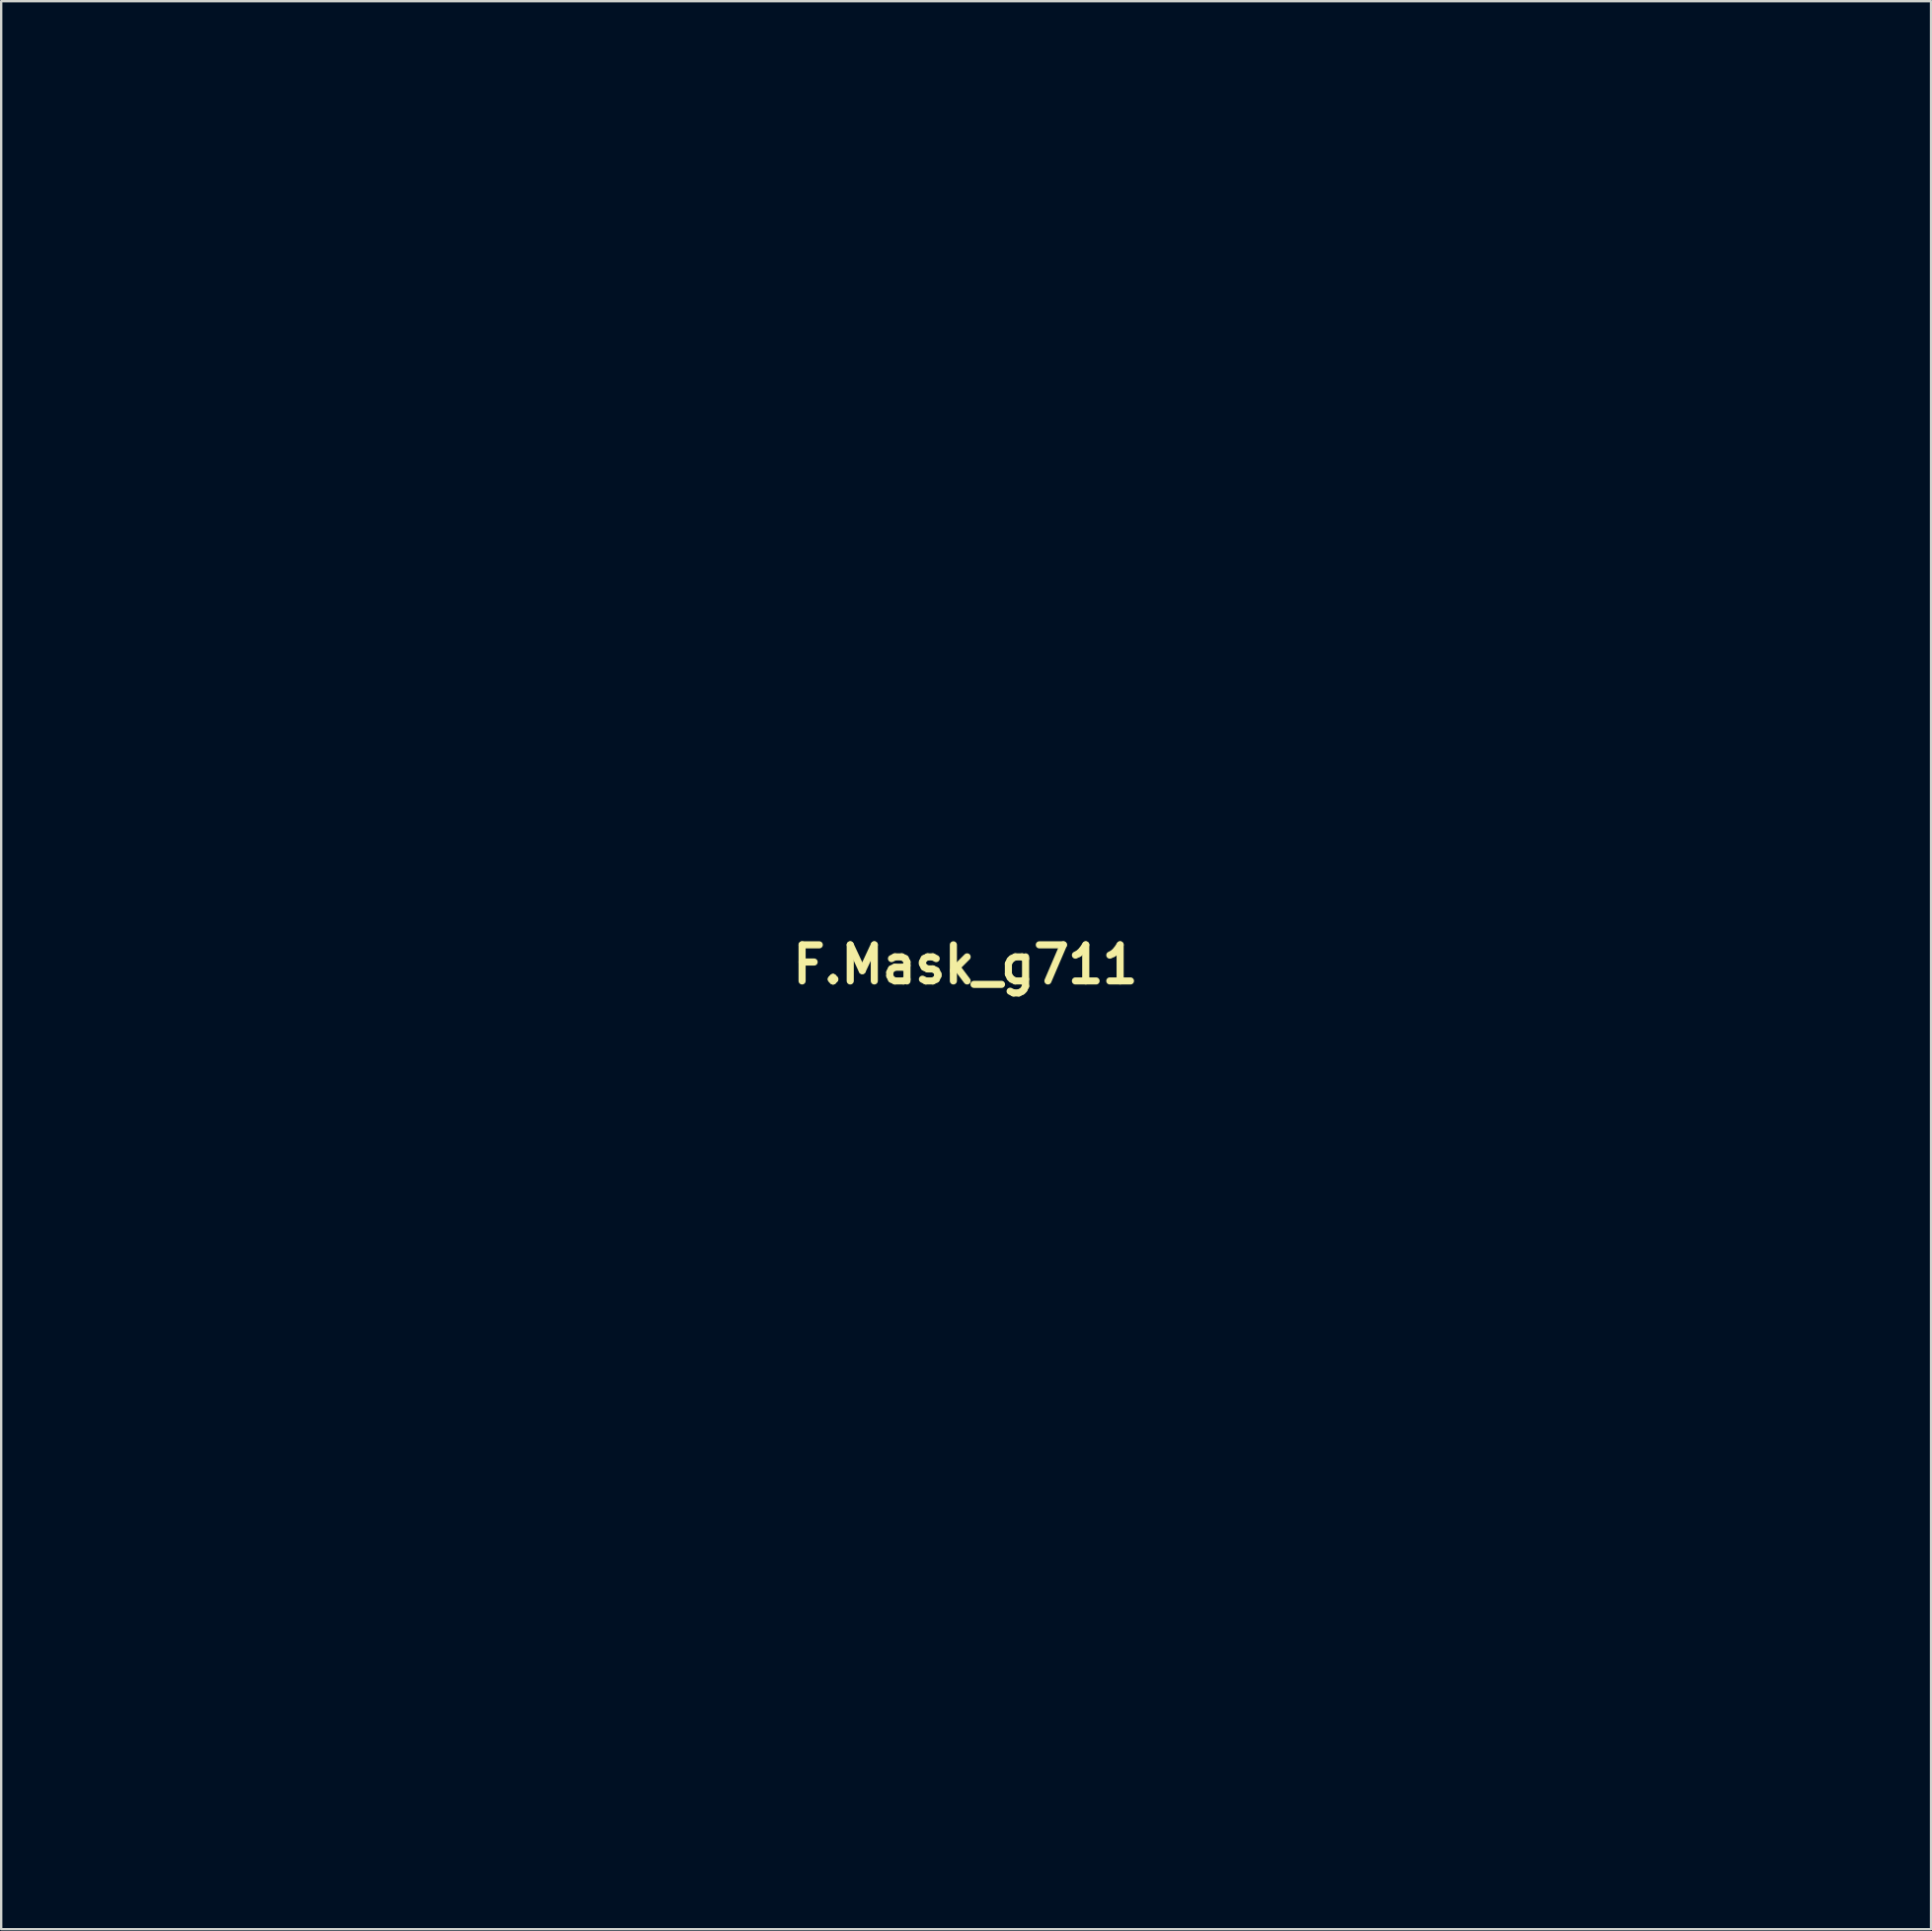
<source format=kicad_pcb>
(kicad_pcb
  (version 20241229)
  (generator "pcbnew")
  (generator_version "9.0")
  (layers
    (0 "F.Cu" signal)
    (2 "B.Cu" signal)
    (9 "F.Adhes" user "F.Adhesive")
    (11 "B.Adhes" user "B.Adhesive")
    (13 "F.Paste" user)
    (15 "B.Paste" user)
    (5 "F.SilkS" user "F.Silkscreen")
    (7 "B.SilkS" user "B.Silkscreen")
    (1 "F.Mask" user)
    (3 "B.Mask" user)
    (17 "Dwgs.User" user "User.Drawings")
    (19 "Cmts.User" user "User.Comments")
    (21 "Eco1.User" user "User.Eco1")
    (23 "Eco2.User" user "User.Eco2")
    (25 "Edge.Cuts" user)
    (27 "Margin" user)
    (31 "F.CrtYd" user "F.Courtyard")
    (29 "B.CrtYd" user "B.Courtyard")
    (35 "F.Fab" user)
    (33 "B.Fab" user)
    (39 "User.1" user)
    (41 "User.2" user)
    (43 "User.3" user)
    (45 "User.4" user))
  (footprint "F.Mask_g711"
    (layer "F.Cu")
    (at 37.705 37.671)
    (property "Reference" "F.Mask_g711" (at 0 0 0) (layer "F.SilkS") (effects (font (size 1.524 1.524) (thickness 0.3))))
    (attr through_hole)
    (fp_poly (pts (xy 34.11 -17.93) (xy 34.512 -17.876) (xy 34.91 -17.781) (xy 34.936 -17.773) (xy 35.314 -17.638) (xy 35.672 -17.467) (xy 36.008 -17.262) (xy 36.321 -17.026) (xy 36.608 -16.76) (xy 36.868 -16.468) (xy 37.099 -16.152) (xy 37.298 -15.813) (xy 37.465 -15.455) (xy 37.596 -15.08) (xy 37.69 -14.689) (xy 37.739 -14.352) (xy 37.759 -13.955) (xy 37.737 -13.556) (xy 37.676 -13.16) (xy 37.575 -12.771) (xy 37.436 -12.392) (xy 37.259 -12.029) (xy 37.228 -11.972) (xy 37.011 -11.636) (xy 36.764 -11.326) (xy 36.488 -11.044) (xy 36.187 -10.792) (xy 35.863 -10.57) (xy 35.52 -10.381) (xy 35.16 -10.226) (xy 34.787 -10.107) (xy 34.402 -10.025) (xy 34.01 -9.981) (xy 33.613 -9.977) (xy 33.38 -9.994) (xy 32.985 -10.054) (xy 32.601 -10.154) (xy 32.223 -10.295) (xy 31.983 -10.407) (xy 31.622 -10.611) (xy 31.291 -10.845) (xy 30.99 -11.109) (xy 30.719 -11.403) (xy 30.478 -11.726) (xy 30.266 -12.08) (xy 30.219 -12.172) (xy 30.052 -12.549) (xy 29.925 -12.936) (xy 29.84 -13.331) (xy 29.795 -13.731) (xy 29.791 -14.133) (xy 29.829 -14.536) (xy 29.908 -14.936) (xy 29.954 -15.102) (xy 30.074 -15.443) (xy 30.231 -15.779) (xy 30.419 -16.104) (xy 30.634 -16.411) (xy 30.871 -16.692) (xy 31.126 -16.94) (xy 31.131 -16.945) (xy 31.456 -17.2) (xy 31.8 -17.419) (xy 32.16 -17.601) (xy 32.534 -17.745) (xy 32.918 -17.85) (xy 33.311 -17.917) (xy 33.709 -17.944) (xy 34.11 -17.93)) (stroke (width 0.01) (type solid)) (fill yes) (layer "F.Mask"))
    (fp_poly (pts (xy -13.61 -37.64) (xy -13.209 -37.581) (xy -12.823 -37.481) (xy -12.451 -37.343) (xy -12.112 -37.174) (xy -11.76 -36.954) (xy -11.437 -36.703) (xy -11.144 -36.424) (xy -10.882 -36.12) (xy -10.653 -35.791) (xy -10.458 -35.441) (xy -10.299 -35.072) (xy -10.177 -34.686) (xy -10.094 -34.284) (xy -10.086 -34.232) (xy -10.067 -34.049) (xy -10.057 -33.841) (xy -10.056 -33.619) (xy -10.064 -33.396) (xy -10.08 -33.185) (xy -10.104 -32.997) (xy -10.116 -32.926) (xy -10.217 -32.53) (xy -10.354 -32.152) (xy -10.524 -31.795) (xy -10.726 -31.461) (xy -10.958 -31.15) (xy -11.217 -30.865) (xy -11.501 -30.607) (xy -11.808 -30.377) (xy -12.136 -30.178) (xy -12.482 -30.011) (xy -12.844 -29.878) (xy -13.22 -29.78) (xy -13.608 -29.719) (xy -14.005 -29.696) (xy -14.41 -29.713) (xy -14.489 -29.722) (xy -14.839 -29.78) (xy -15.195 -29.874) (xy -15.548 -30.002) (xy -15.869 -30.151) (xy -16.114 -30.288) (xy -16.338 -30.435) (xy -16.551 -30.601) (xy -16.768 -30.796) (xy -16.791 -30.818) (xy -17.076 -31.12) (xy -17.325 -31.444) (xy -17.537 -31.787) (xy -17.71 -32.149) (xy -17.846 -32.528) (xy -17.943 -32.924) (xy -17.981 -33.162) (xy -18.014 -33.567) (xy -18.005 -33.967) (xy -17.958 -34.359) (xy -17.872 -34.742) (xy -17.75 -35.112) (xy -17.593 -35.467) (xy -17.402 -35.805) (xy -17.179 -36.123) (xy -16.925 -36.418) (xy -16.643 -36.689) (xy -16.332 -36.933) (xy -15.995 -37.147) (xy -15.633 -37.329) (xy -15.494 -37.387) (xy -15.166 -37.502) (xy -14.839 -37.585) (xy -14.501 -37.636) (xy -14.144 -37.659) (xy -14.023 -37.66) (xy -13.61 -37.64)) (stroke (width 0.01) (type solid)) (fill yes) (layer "F.Mask"))
    (fp_poly (pts (xy 14.253 -37.656) (xy 14.631 -37.608) (xy 14.999 -37.526) (xy 15.356 -37.409) (xy 15.699 -37.26) (xy 16.026 -37.08) (xy 16.335 -36.871) (xy 16.623 -36.632) (xy 16.889 -36.367) (xy 17.13 -36.077) (xy 17.343 -35.762) (xy 17.528 -35.425) (xy 17.68 -35.066) (xy 17.799 -34.688) (xy 17.882 -34.291) (xy 17.898 -34.184) (xy 17.917 -33.971) (xy 17.925 -33.734) (xy 17.92 -33.487) (xy 17.904 -33.246) (xy 17.877 -33.026) (xy 17.866 -32.959) (xy 17.771 -32.566) (xy 17.637 -32.186) (xy 17.467 -31.822) (xy 17.261 -31.477) (xy 17.022 -31.154) (xy 16.752 -30.855) (xy 16.453 -30.585) (xy 16.127 -30.346) (xy 16.097 -30.326) (xy 15.761 -30.134) (xy 15.403 -29.975) (xy 15.029 -29.851) (xy 14.643 -29.762) (xy 14.252 -29.711) (xy 13.861 -29.698) (xy 13.504 -29.72) (xy 13.252 -29.757) (xy 13.003 -29.812) (xy 12.741 -29.888) (xy 12.705 -29.899) (xy 12.325 -30.045) (xy 11.966 -30.226) (xy 11.63 -30.441) (xy 11.319 -30.687) (xy 11.035 -30.963) (xy 10.78 -31.265) (xy 10.555 -31.592) (xy 10.363 -31.943) (xy 10.205 -32.315) (xy 10.083 -32.705) (xy 10.032 -32.926) (xy 10.006 -33.091) (xy 9.987 -33.286) (xy 9.975 -33.497) (xy 9.971 -33.715) (xy 9.975 -33.925) (xy 9.987 -34.116) (xy 10 -34.227) (xy 10.079 -34.63) (xy 10.195 -35.017) (xy 10.348 -35.387) (xy 10.535 -35.737) (xy 10.754 -36.065) (xy 11.004 -36.369) (xy 11.283 -36.646) (xy 11.588 -36.895) (xy 11.919 -37.113) (xy 12.273 -37.298) (xy 12.648 -37.448) (xy 12.694 -37.464) (xy 13.086 -37.572) (xy 13.479 -37.639) (xy 13.869 -37.666) (xy 14.253 -37.656)) (stroke (width 0.01) (type solid)) (fill yes) (layer "F.Mask"))
    (fp_poly (pts (xy 33.849 10.039) (xy 34.062 10.048) (xy 34.259 10.064) (xy 34.406 10.085) (xy 34.805 10.176) (xy 35.187 10.304) (xy 35.549 10.468) (xy 35.891 10.665) (xy 36.21 10.893) (xy 36.504 11.15) (xy 36.772 11.434) (xy 37.01 11.743) (xy 37.218 12.075) (xy 37.392 12.428) (xy 37.532 12.8) (xy 37.636 13.188) (xy 37.686 13.479) (xy 37.704 13.648) (xy 37.714 13.84) (xy 37.718 14.042) (xy 37.715 14.237) (xy 37.704 14.412) (xy 37.697 14.479) (xy 37.626 14.885) (xy 37.517 15.276) (xy 37.371 15.65) (xy 37.19 16.005) (xy 36.975 16.339) (xy 36.729 16.649) (xy 36.453 16.934) (xy 36.149 17.19) (xy 35.818 17.416) (xy 35.463 17.609) (xy 35.246 17.705) (xy 34.866 17.838) (xy 34.472 17.931) (xy 34.065 17.984) (xy 33.647 17.997) (xy 33.454 17.989) (xy 33.088 17.949) (xy 32.728 17.872) (xy 32.366 17.756) (xy 32.227 17.703) (xy 31.86 17.53) (xy 31.515 17.324) (xy 31.196 17.086) (xy 30.904 16.818) (xy 30.641 16.523) (xy 30.408 16.202) (xy 30.207 15.859) (xy 30.04 15.495) (xy 29.909 15.113) (xy 29.816 14.715) (xy 29.793 14.578) (xy 29.776 14.421) (xy 29.766 14.237) (xy 29.762 14.038) (xy 29.764 13.837) (xy 29.774 13.647) (xy 29.79 13.483) (xy 29.792 13.465) (xy 29.871 13.059) (xy 29.989 12.668) (xy 30.145 12.294) (xy 30.339 11.938) (xy 30.57 11.603) (xy 30.836 11.289) (xy 30.941 11.182) (xy 31.248 10.907) (xy 31.576 10.669) (xy 31.925 10.468) (xy 32.294 10.304) (xy 32.683 10.177) (xy 33.091 10.087) (xy 33.253 10.063) (xy 33.431 10.046) (xy 33.634 10.038) (xy 33.849 10.039)) (stroke (width 0.01) (type solid)) (fill yes) (layer "F.Mask"))
    (fp_poly (pts (xy -33.121 -17.899) (xy -32.72 -17.818) (xy -32.471 -17.746) (xy -32.299 -17.683) (xy -32.108 -17.6) (xy -31.908 -17.504) (xy -31.714 -17.401) (xy -31.538 -17.297) (xy -31.412 -17.214) (xy -31.284 -17.116) (xy -31.141 -16.994) (xy -30.992 -16.858) (xy -30.848 -16.718) (xy -30.719 -16.583) (xy -30.628 -16.478) (xy -30.389 -16.152) (xy -30.184 -15.803) (xy -30.016 -15.434) (xy -29.885 -15.047) (xy -29.793 -14.645) (xy -29.772 -14.518) (xy -29.754 -14.345) (xy -29.743 -14.145) (xy -29.74 -13.932) (xy -29.745 -13.72) (xy -29.758 -13.523) (xy -29.774 -13.392) (xy -29.852 -12.994) (xy -29.97 -12.61) (xy -30.123 -12.243) (xy -30.312 -11.896) (xy -30.533 -11.569) (xy -30.784 -11.267) (xy -31.064 -10.99) (xy -31.371 -10.742) (xy -31.702 -10.524) (xy -32.056 -10.339) (xy -32.43 -10.189) (xy -32.621 -10.128) (xy -32.864 -10.07) (xy -33.13 -10.024) (xy -33.407 -9.993) (xy -33.682 -9.978) (xy -33.942 -9.98) (xy -34.104 -9.992) (xy -34.508 -10.054) (xy -34.897 -10.155) (xy -35.27 -10.292) (xy -35.624 -10.464) (xy -35.957 -10.668) (xy -36.267 -10.902) (xy -36.553 -11.164) (xy -36.812 -11.453) (xy -37.042 -11.767) (xy -37.241 -12.102) (xy -37.407 -12.459) (xy -37.539 -12.833) (xy -37.633 -13.225) (xy -37.667 -13.438) (xy -37.7 -13.841) (xy -37.691 -14.243) (xy -37.643 -14.64) (xy -37.555 -15.028) (xy -37.429 -15.406) (xy -37.266 -15.769) (xy -37.066 -16.115) (xy -36.832 -16.441) (xy -36.609 -16.696) (xy -36.374 -16.927) (xy -36.138 -17.125) (xy -35.89 -17.3) (xy -35.617 -17.46) (xy -35.47 -17.536) (xy -35.099 -17.697) (xy -34.716 -17.818) (xy -34.324 -17.899) (xy -33.926 -17.94) (xy -33.524 -17.94) (xy -33.121 -17.899)) (stroke (width 0.01) (type solid)) (fill yes) (layer "F.Mask"))
    (fp_poly (pts (xy 14.35 29.768) (xy 14.55 29.785) (xy 14.59 29.791) (xy 14.99 29.867) (xy 15.375 29.982) (xy 15.744 30.133) (xy 16.092 30.318) (xy 16.42 30.535) (xy 16.723 30.782) (xy 17.001 31.058) (xy 17.25 31.36) (xy 17.469 31.686) (xy 17.655 32.035) (xy 17.807 32.404) (xy 17.906 32.73) (xy 17.988 33.129) (xy 18.03 33.526) (xy 18.032 33.918) (xy 17.996 34.303) (xy 17.924 34.678) (xy 17.817 35.042) (xy 17.676 35.392) (xy 17.504 35.726) (xy 17.301 36.043) (xy 17.07 36.339) (xy 16.811 36.612) (xy 16.526 36.861) (xy 16.217 37.083) (xy 15.885 37.276) (xy 15.531 37.438) (xy 15.158 37.566) (xy 14.766 37.659) (xy 14.521 37.697) (xy 14.414 37.706) (xy 14.277 37.712) (xy 14.122 37.715) (xy 13.962 37.715) (xy 13.808 37.712) (xy 13.673 37.705) (xy 13.569 37.696) (xy 13.173 37.624) (xy 12.787 37.514) (xy 12.415 37.367) (xy 12.059 37.186) (xy 11.725 36.972) (xy 11.415 36.727) (xy 11.134 36.453) (xy 11.06 36.371) (xy 10.806 36.047) (xy 10.587 35.701) (xy 10.404 35.336) (xy 10.259 34.955) (xy 10.154 34.561) (xy 10.108 34.308) (xy 10.091 34.146) (xy 10.08 33.956) (xy 10.076 33.751) (xy 10.079 33.545) (xy 10.089 33.352) (xy 10.106 33.186) (xy 10.108 33.171) (xy 10.187 32.77) (xy 10.305 32.386) (xy 10.458 32.019) (xy 10.646 31.672) (xy 10.866 31.347) (xy 11.116 31.046) (xy 11.395 30.771) (xy 11.701 30.524) (xy 12.031 30.307) (xy 12.385 30.122) (xy 12.759 29.971) (xy 13.152 29.857) (xy 13.26 29.832) (xy 13.447 29.801) (xy 13.662 29.779) (xy 13.893 29.765) (xy 14.127 29.762) (xy 14.35 29.768)) (stroke (width 0.01) (type solid)) (fill yes) (layer "F.Mask"))
    (fp_poly (pts (xy -33.421 10.042) (xy -33.033 10.089) (xy -32.656 10.173) (xy -32.292 10.293) (xy -31.944 10.447) (xy -31.612 10.633) (xy -31.301 10.849) (xy -31.011 11.094) (xy -30.745 11.366) (xy -30.504 11.663) (xy -30.292 11.985) (xy -30.111 12.328) (xy -29.962 12.692) (xy -29.847 13.075) (xy -29.77 13.475) (xy -29.769 13.483) (xy -29.75 13.672) (xy -29.741 13.889) (xy -29.743 14.118) (xy -29.753 14.349) (xy -29.773 14.567) (xy -29.802 14.761) (xy -29.811 14.807) (xy -29.917 15.211) (xy -30.061 15.597) (xy -30.241 15.962) (xy -30.457 16.305) (xy -30.707 16.625) (xy -30.99 16.919) (xy -31.306 17.187) (xy -31.527 17.345) (xy -31.81 17.515) (xy -32.115 17.664) (xy -32.435 17.788) (xy -32.759 17.885) (xy -33.078 17.951) (xy -33.354 17.982) (xy -33.454 17.988) (xy -33.553 17.994) (xy -33.632 17.999) (xy -33.644 17.999) (xy -33.71 18.001) (xy -33.803 17.999) (xy -33.911 17.995) (xy -33.994 17.991) (xy -34.386 17.945) (xy -34.772 17.858) (xy -35.148 17.734) (xy -35.511 17.573) (xy -35.855 17.378) (xy -36.179 17.15) (xy -36.477 16.891) (xy -36.747 16.604) (xy -36.796 16.544) (xy -37.044 16.206) (xy -37.252 15.853) (xy -37.421 15.484) (xy -37.551 15.098) (xy -37.643 14.695) (xy -37.679 14.448) (xy -37.689 14.317) (xy -37.694 14.156) (xy -37.693 13.979) (xy -37.688 13.796) (xy -37.678 13.62) (xy -37.664 13.461) (xy -37.646 13.333) (xy -37.646 13.328) (xy -37.551 12.927) (xy -37.419 12.544) (xy -37.253 12.181) (xy -37.053 11.839) (xy -36.822 11.521) (xy -36.563 11.229) (xy -36.276 10.963) (xy -35.964 10.727) (xy -35.629 10.522) (xy -35.273 10.35) (xy -34.898 10.213) (xy -34.506 10.113) (xy -34.22 10.066) (xy -33.817 10.034) (xy -33.421 10.042)) (stroke (width 0.01) (type solid)) (fill yes) (layer "F.Mask"))
    (fp_poly (pts (xy -13.726 29.763) (xy -13.458 29.785) (xy -13.405 29.792) (xy -13 29.87) (xy -12.61 29.988) (xy -12.238 30.144) (xy -11.885 30.337) (xy -11.551 30.567) (xy -11.24 30.833) (xy -11.112 30.959) (xy -10.842 31.264) (xy -10.61 31.582) (xy -10.415 31.916) (xy -10.256 32.27) (xy -10.13 32.646) (xy -10.035 33.049) (xy -10.02 33.137) (xy -10 33.296) (xy -9.987 33.484) (xy -9.982 33.69) (xy -9.985 33.901) (xy -9.995 34.104) (xy -10.013 34.287) (xy -10.029 34.396) (xy -10.121 34.8) (xy -10.248 35.182) (xy -10.412 35.547) (xy -10.614 35.9) (xy -10.732 36.074) (xy -10.822 36.191) (xy -10.938 36.326) (xy -11.07 36.469) (xy -11.212 36.611) (xy -11.353 36.745) (xy -11.487 36.862) (xy -11.586 36.941) (xy -11.896 37.147) (xy -12.233 37.328) (xy -12.585 37.478) (xy -12.943 37.593) (xy -13.07 37.625) (xy -13.308 37.669) (xy -13.571 37.699) (xy -13.846 37.715) (xy -14.119 37.716) (xy -14.376 37.701) (xy -14.499 37.687) (xy -14.896 37.612) (xy -15.278 37.499) (xy -15.644 37.349) (xy -15.991 37.164) (xy -16.318 36.948) (xy -16.621 36.701) (xy -16.898 36.426) (xy -17.148 36.125) (xy -17.368 35.801) (xy -17.556 35.454) (xy -17.71 35.088) (xy -17.827 34.704) (xy -17.864 34.544) (xy -17.925 34.147) (xy -17.945 33.743) (xy -17.924 33.338) (xy -17.863 32.936) (xy -17.762 32.542) (xy -17.748 32.496) (xy -17.69 32.338) (xy -17.613 32.159) (xy -17.523 31.97) (xy -17.426 31.783) (xy -17.327 31.609) (xy -17.233 31.462) (xy -17.213 31.434) (xy -17.115 31.305) (xy -16.992 31.161) (xy -16.856 31.012) (xy -16.716 30.868) (xy -16.582 30.74) (xy -16.479 30.65) (xy -16.198 30.442) (xy -15.891 30.255) (xy -15.567 30.094) (xy -15.236 29.963) (xy -14.909 29.866) (xy -14.866 29.856) (xy -14.598 29.807) (xy -14.31 29.775) (xy -14.014 29.761) (xy -13.726 29.763)) (stroke (width 0.01) (type solid)) (fill yes) (layer "F.Mask"))
    (fp_poly (pts (xy 0.224 -7.312) (xy 0.414 -7.31) (xy 0.591 -7.305) (xy 0.747 -7.298) (xy 0.872 -7.29) (xy 0.921 -7.285) (xy 1.379 -7.215) (xy 1.803 -7.122) (xy 2.198 -7.004) (xy 2.565 -6.859) (xy 2.907 -6.688) (xy 3.227 -6.488) (xy 3.524 -6.262) (xy 3.806 -6.002) (xy 4.049 -5.726) (xy 4.253 -5.433) (xy 4.418 -5.122) (xy 4.545 -4.795) (xy 4.633 -4.449) (xy 4.683 -4.086) (xy 4.695 -3.704) (xy 4.693 -3.63) (xy 4.661 -3.25) (xy 4.591 -2.89) (xy 4.485 -2.55) (xy 4.34 -2.228) (xy 4.157 -1.923) (xy 3.935 -1.634) (xy 3.678 -1.363) (xy 3.548 -1.242) (xy 3.429 -1.139) (xy 3.31 -1.044) (xy 3.178 -0.949) (xy 3.022 -0.844) (xy 3.014 -0.839) (xy 2.872 -0.752) (xy 2.706 -0.656) (xy 2.527 -0.559) (xy 2.35 -0.469) (xy 2.189 -0.393) (xy 2.132 -0.369) (xy 2.064 -0.337) (xy 2.015 -0.309) (xy 1.996 -0.291) (xy 1.996 -0.289) (xy 2.017 -0.275) (xy 2.07 -0.252) (xy 2.147 -0.224) (xy 2.213 -0.201) (xy 2.619 -0.052) (xy 2.99 0.12) (xy 3.329 0.316) (xy 3.639 0.538) (xy 3.921 0.788) (xy 4.18 1.068) (xy 4.416 1.379) (xy 4.448 1.426) (xy 4.651 1.762) (xy 4.812 2.106) (xy 4.933 2.457) (xy 5.012 2.819) (xy 5.051 3.192) (xy 5.05 3.579) (xy 5.039 3.736) (xy 4.987 4.136) (xy 4.905 4.507) (xy 4.792 4.852) (xy 4.647 5.175) (xy 4.469 5.478) (xy 4.256 5.763) (xy 4.084 5.956) (xy 3.801 6.227) (xy 3.499 6.469) (xy 3.175 6.683) (xy 2.828 6.869) (xy 2.454 7.028) (xy 2.054 7.161) (xy 1.624 7.269) (xy 1.163 7.353) (xy 0.669 7.412) (xy 0.466 7.429) (xy 0.33 7.437) (xy 0.165 7.443) (xy -0.02 7.446) (xy -0.214 7.447) (xy -0.409 7.446) (xy -0.595 7.443) (xy -0.762 7.438) (xy -0.901 7.431) (xy -0.953 7.427) (xy -1.43 7.368) (xy -1.886 7.278) (xy -2.318 7.157) (xy -2.724 7.006) (xy -3.105 6.825) (xy -3.458 6.616) (xy -3.782 6.38) (xy -4.075 6.115) (xy -4.338 5.825) (xy -4.56 5.519) (xy -4.737 5.209) (xy -4.878 4.88) (xy -4.985 4.535) (xy -5.057 4.178) (xy -5.095 3.813) (xy -5.098 3.444) (xy -5.083 3.273) (xy -2.069 3.273) (xy -2.057 3.544) (xy -2.006 3.798) (xy -1.917 4.034) (xy -1.79 4.252) (xy -1.624 4.452) (xy -1.585 4.491) (xy -1.375 4.666) (xy -1.138 4.813) (xy -0.877 4.931) (xy -0.6 5.016) (xy -0.31 5.067) (xy -0.206 5.076) (xy 0.004 5.083) (xy 0.219 5.077) (xy 0.424 5.059) (xy 0.607 5.03) (xy 0.67 5.016) (xy 0.955 4.926) (xy 1.211 4.808) (xy 1.438 4.663) (xy 1.634 4.49) (xy 1.797 4.293) (xy 1.927 4.072) (xy 2.021 3.828) (xy 2.035 3.778) (xy 2.061 3.648) (xy 2.077 3.49) (xy 2.085 3.315) (xy 2.083 3.136) (xy 2.072 2.966) (xy 2.052 2.817) (xy 2.036 2.741) (xy 1.942 2.473) (xy 1.809 2.22) (xy 1.636 1.981) (xy 1.425 1.758) (xy 1.176 1.551) (xy 0.889 1.36) (xy 0.565 1.185) (xy 0.204 1.027) (xy 0.202 1.027) (xy -0.051 0.927) (xy -0.168 0.975) (xy -0.239 1.005) (xy -0.332 1.048) (xy -0.434 1.097) (xy -0.492 1.125) (xy -0.823 1.308) (xy -1.115 1.505) (xy -1.368 1.719) (xy -1.581 1.948) (xy -1.756 2.194) (xy -1.893 2.456) (xy -1.99 2.735) (xy -2.043 2.985) (xy -2.069 3.273) (xy -5.083 3.273) (xy -5.067 3.075) (xy -5.001 2.71) (xy -4.9 2.353) (xy -4.765 2.008) (xy -4.596 1.68) (xy -4.503 1.529) (xy -4.293 1.237) (xy -4.058 0.966) (xy -3.794 0.713) (xy -3.5 0.475) (xy -3.172 0.251) (xy -2.807 0.037) (xy -2.545 -0.098) (xy -2.432 -0.155) (xy -2.333 -0.207) (xy -2.254 -0.249) (xy -2.201 -0.28) (xy -2.18 -0.295) (xy -2.18 -0.296) (xy -2.198 -0.314) (xy -2.241 -0.336) (xy -2.249 -0.339) (xy -2.339 -0.378) (xy -2.454 -0.433) (xy -2.585 -0.499) (xy -2.72 -0.569) (xy -2.85 -0.64) (xy -2.963 -0.704) (xy -3.046 -0.755) (xy -3.377 -0.991) (xy -3.669 -1.243) (xy -3.922 -1.512) (xy -4.137 -1.798) (xy -4.314 -2.102) (xy -4.453 -2.424) (xy -4.554 -2.763) (xy -4.595 -2.963) (xy -4.617 -3.137) (xy -4.631 -3.338) (xy -4.635 -3.478) (xy -1.638 -3.478) (xy -1.638 -3.471) (xy -1.631 -3.28) (xy -1.611 -3.115) (xy -1.575 -2.963) (xy -1.52 -2.809) (xy -1.511 -2.789) (xy -1.396 -2.567) (xy -1.241 -2.354) (xy -1.05 -2.151) (xy -0.824 -1.962) (xy -0.566 -1.787) (xy -0.28 -1.63) (xy -0.064 -1.532) (xy 0.005 -1.506) (xy 0.061 -1.488) (xy 0.086 -1.483) (xy 0.116 -1.491) (xy 0.176 -1.516) (xy 0.258 -1.553) (xy 0.355 -1.599) (xy 0.393 -1.617) (xy 0.699 -1.786) (xy 0.967 -1.97) (xy 1.196 -2.171) (xy 1.387 -2.388) (xy 1.541 -2.623) (xy 1.658 -2.876) (xy 1.718 -3.059) (xy 1.745 -3.2) (xy 1.762 -3.367) (xy 1.767 -3.548) (xy 1.76 -3.728) (xy 1.742 -3.892) (xy 1.718 -4.007) (xy 1.638 -4.233) (xy 1.525 -4.434) (xy 1.378 -4.614) (xy 1.365 -4.626) (xy 1.179 -4.787) (xy 0.974 -4.914) (xy 0.747 -5.007) (xy 0.496 -5.068) (xy 0.218 -5.098) (xy 0.077 -5.101) (xy -0.209 -5.082) (xy -0.474 -5.028) (xy -0.717 -4.94) (xy -0.938 -4.818) (xy -1.133 -4.663) (xy -1.302 -4.476) (xy -1.442 -4.259) (xy -1.472 -4.202) (xy -1.541 -4.052) (xy -1.589 -3.92) (xy -1.619 -3.789) (xy -1.634 -3.647) (xy -1.638 -3.478) (xy -4.635 -3.478) (xy -4.637 -3.553) (xy -4.633 -3.768) (xy -4.621 -3.968) (xy -4.604 -4.117) (xy -4.528 -4.487) (xy -4.414 -4.837) (xy -4.264 -5.169) (xy -4.075 -5.482) (xy -3.849 -5.777) (xy -3.584 -6.056) (xy -3.348 -6.263) (xy -3.024 -6.501) (xy -2.669 -6.71) (xy -2.286 -6.891) (xy -1.876 -7.043) (xy -1.442 -7.164) (xy -0.984 -7.254) (xy -0.762 -7.285) (xy -0.657 -7.295) (xy -0.517 -7.303) (xy -0.351 -7.308) (xy -0.167 -7.312) (xy 0.027 -7.313) (xy 0.224 -7.312)) (stroke (width 0.01) (type solid)) (fill yes) (layer "F.Mask"))
    (fp_poly (pts (xy 1.215 -17.95) (xy 2.074 -17.872) (xy 2.93 -17.752) (xy 3.598 -17.629) (xy 4.453 -17.433) (xy 5.292 -17.198) (xy 6.117 -16.923) (xy 6.925 -16.61) (xy 7.716 -16.258) (xy 8.49 -15.867) (xy 9.246 -15.439) (xy 9.982 -14.973) (xy 10.7 -14.47) (xy 11.397 -13.931) (xy 11.917 -13.492) (xy 12.04 -13.382) (xy 12.186 -13.245) (xy 12.349 -13.089) (xy 12.523 -12.919) (xy 12.704 -12.74) (xy 12.884 -12.558) (xy 13.059 -12.379) (xy 13.222 -12.209) (xy 13.369 -12.054) (xy 13.492 -11.918) (xy 13.537 -11.867) (xy 14.104 -11.186) (xy 14.633 -10.485) (xy 15.124 -9.765) (xy 15.578 -9.026) (xy 15.994 -8.267) (xy 16.104 -8.051) (xy 16.475 -7.262) (xy 16.807 -6.459) (xy 17.099 -5.643) (xy 17.351 -4.816) (xy 17.562 -3.98) (xy 17.733 -3.135) (xy 17.863 -2.283) (xy 17.953 -1.426) (xy 18.001 -0.564) (xy 18.008 0.3) (xy 17.973 1.166) (xy 17.896 2.031) (xy 17.8 2.751) (xy 17.647 3.607) (xy 17.454 4.449) (xy 17.222 5.278) (xy 16.952 6.092) (xy 16.644 6.889) (xy 16.3 7.669) (xy 15.92 8.43) (xy 15.505 9.171) (xy 15.056 9.892) (xy 14.573 10.59) (xy 14.057 11.265) (xy 13.51 11.915) (xy 12.932 12.54) (xy 12.323 13.139) (xy 11.685 13.709) (xy 11.018 14.251) (xy 10.324 14.762) (xy 9.602 15.242) (xy 8.855 15.689) (xy 8.742 15.753) (xy 7.977 16.155) (xy 7.196 16.518) (xy 6.398 16.842) (xy 5.583 17.127) (xy 4.752 17.374) (xy 3.904 17.581) (xy 3.039 17.749) (xy 2.158 17.879) (xy 1.26 17.97) (xy 1.249 17.97) (xy 1.13 17.978) (xy 0.977 17.984) (xy 0.795 17.99) (xy 0.593 17.995) (xy 0.377 17.998) (xy 0.155 18.001) (xy -0.066 18.002) (xy -0.28 18.003) (xy -0.477 18.002) (xy -0.653 17.999) (xy -0.799 17.995) (xy -0.878 17.992) (xy -1.77 17.921) (xy -2.648 17.811) (xy -3.511 17.661) (xy -4.361 17.47) (xy -5.198 17.24) (xy -6.021 16.97) (xy -6.832 16.659) (xy -7.63 16.308) (xy -8.051 16.104) (xy -8.818 15.697) (xy -9.562 15.255) (xy -10.281 14.778) (xy -10.976 14.269) (xy -11.644 13.728) (xy -12.286 13.155) (xy -12.899 12.554) (xy -13.483 11.923) (xy -14.036 11.265) (xy -14.558 10.58) (xy -15.047 9.87) (xy -15.503 9.135) (xy -15.924 8.377) (xy -16.163 7.906) (xy -16.51 7.152) (xy -16.82 6.395) (xy -17.092 5.63) (xy -17.327 4.855) (xy -17.527 4.066) (xy -17.692 3.261) (xy -17.823 2.435) (xy -17.92 1.586) (xy -17.953 1.206) (xy -17.961 1.077) (xy -17.967 0.912) (xy -17.972 0.719) (xy -17.976 0.504) (xy -17.978 0.274) (xy -17.979 0.036) (xy -17.979 -0.098) (xy -16.974 -0.098) (xy -16.974 0.13) (xy -16.973 0.354) (xy -16.97 0.565) (xy -16.966 0.758) (xy -16.96 0.923) (xy -16.954 1.048) (xy -16.876 1.91) (xy -16.758 2.76) (xy -16.6 3.596) (xy -16.402 4.418) (xy -16.165 5.226) (xy -15.888 6.019) (xy -15.572 6.796) (xy -15.217 7.558) (xy -14.823 8.302) (xy -14.392 9.029) (xy -13.922 9.738) (xy -13.414 10.428) (xy -12.868 11.1) (xy -12.72 11.271) (xy -12.597 11.408) (xy -12.449 11.566) (xy -12.282 11.739) (xy -12.103 11.921) (xy -11.918 12.106) (xy -11.732 12.288) (xy -11.554 12.459) (xy -11.388 12.614) (xy -11.242 12.746) (xy -11.218 12.767) (xy -10.558 13.318) (xy -9.878 13.83) (xy -9.179 14.306) (xy -8.459 14.743) (xy -7.719 15.144) (xy -6.959 15.508) (xy -6.177 15.836) (xy -5.374 16.127) (xy -5.249 16.168) (xy -4.484 16.399) (xy -3.704 16.593) (xy -2.918 16.75) (xy -2.129 16.869) (xy -1.346 16.949) (xy -1.281 16.954) (xy -1.163 16.962) (xy -1.054 16.97) (xy -0.964 16.977) (xy -0.903 16.982) (xy -0.889 16.983) (xy -0.826 16.987) (xy -0.726 16.99) (xy -0.597 16.992) (xy -0.443 16.993) (xy -0.272 16.993) (xy -0.089 16.993) (xy 0.101 16.993) (xy 0.289 16.991) (xy 0.472 16.989) (xy 0.642 16.987) (xy 0.793 16.984) (xy 0.919 16.98) (xy 1.015 16.976) (xy 1.041 16.975) (xy 1.908 16.896) (xy 2.761 16.777) (xy 3.599 16.619) (xy 4.422 16.422) (xy 5.23 16.185) (xy 6.022 15.909) (xy 6.798 15.594) (xy 7.558 15.24) (xy 8.301 14.847) (xy 9.027 14.415) (xy 9.736 13.945) (xy 10.212 13.6) (xy 10.513 13.371) (xy 10.79 13.15) (xy 11.054 12.93) (xy 11.312 12.703) (xy 11.573 12.462) (xy 11.846 12.199) (xy 12.023 12.023) (xy 12.303 11.738) (xy 12.557 11.471) (xy 12.792 11.212) (xy 13.016 10.953) (xy 13.235 10.685) (xy 13.458 10.4) (xy 13.599 10.213) (xy 14.096 9.515) (xy 14.554 8.8) (xy 14.974 8.068) (xy 15.355 7.318) (xy 15.697 6.552) (xy 16 5.769) (xy 16.264 4.972) (xy 16.489 4.159) (xy 16.674 3.331) (xy 16.82 2.489) (xy 16.926 1.633) (xy 16.975 1.041) (xy 16.982 0.904) (xy 16.988 0.732) (xy 16.992 0.534) (xy 16.995 0.317) (xy 16.996 0.09) (xy 16.996 -0.14) (xy 16.994 -0.365) (xy 16.991 -0.577) (xy 16.986 -0.767) (xy 16.98 -0.929) (xy 16.975 -1.02) (xy 16.897 -1.886) (xy 16.778 -2.737) (xy 16.62 -3.575) (xy 16.423 -4.397) (xy 16.185 -5.205) (xy 15.909 -5.998) (xy 15.593 -6.776) (xy 15.237 -7.538) (xy 14.843 -8.284) (xy 14.409 -9.014) (xy 14.154 -9.409) (xy 13.67 -10.097) (xy 13.152 -10.762) (xy 12.601 -11.401) (xy 12.018 -12.014) (xy 11.406 -12.597) (xy 10.765 -13.15) (xy 10.763 -13.151) (xy 10.109 -13.661) (xy 9.429 -14.137) (xy 8.726 -14.58) (xy 8 -14.988) (xy 7.255 -15.361) (xy 6.492 -15.697) (xy 5.714 -15.997) (xy 4.921 -16.257) (xy 4.117 -16.479) (xy 3.303 -16.662) (xy 2.481 -16.803) (xy 2.466 -16.805) (xy 2.22 -16.84) (xy 1.998 -16.87) (xy 1.794 -16.894) (xy 1.6 -16.914) (xy 1.411 -16.93) (xy 1.218 -16.942) (xy 1.016 -16.951) (xy 0.798 -16.957) (xy 0.556 -16.961) (xy 0.284 -16.963) (xy 0.042 -16.964) (xy -0.211 -16.964) (xy -0.429 -16.964) (xy -0.617 -16.962) (xy -0.781 -16.96) (xy -0.928 -16.956) (xy -1.064 -16.95) (xy -1.195 -16.943) (xy -1.327 -16.933) (xy -1.467 -16.92) (xy -1.621 -16.905) (xy -1.796 -16.887) (xy -1.873 -16.879) (xy -2.686 -16.77) (xy -3.495 -16.62) (xy -4.298 -16.429) (xy -5.093 -16.198) (xy -5.878 -15.929) (xy -6.65 -15.621) (xy -7.408 -15.276) (xy -8.148 -14.895) (xy -8.868 -14.479) (xy -9.44 -14.113) (xy -10.004 -13.719) (xy -10.54 -13.313) (xy -11.057 -12.885) (xy -11.564 -12.428) (xy -12.013 -11.993) (xy -12.312 -11.688) (xy -12.584 -11.398) (xy -12.838 -11.114) (xy -13.082 -10.827) (xy -13.324 -10.526) (xy -13.572 -10.202) (xy -13.611 -10.149) (xy -14.102 -9.458) (xy -14.555 -8.746) (xy -14.971 -8.015) (xy -15.349 -7.266) (xy -15.689 -6.499) (xy -15.99 -5.717) (xy -16.252 -4.919) (xy -16.476 -4.106) (xy -16.66 -3.28) (xy -16.804 -2.441) (xy -16.908 -1.59) (xy -16.954 -1.027) (xy -16.961 -0.895) (xy -16.966 -0.728) (xy -16.97 -0.534) (xy -16.973 -0.322) (xy -16.974 -0.098) (xy -17.979 -0.098) (xy -17.978 -0.202) (xy -17.976 -0.435) (xy -17.973 -0.655) (xy -17.968 -0.854) (xy -17.962 -1.028) (xy -17.955 -1.167) (xy -17.953 -1.196) (xy -17.867 -2.069) (xy -17.747 -2.921) (xy -17.591 -3.752) (xy -17.399 -4.566) (xy -17.17 -5.365) (xy -16.903 -6.151) (xy -16.598 -6.927) (xy -16.253 -7.696) (xy -16.095 -8.02) (xy -15.688 -8.791) (xy -15.245 -9.538) (xy -14.769 -10.26) (xy -14.26 -10.957) (xy -13.72 -11.627) (xy -13.149 -12.27) (xy -12.548 -12.885) (xy -11.918 -13.47) (xy -11.261 -14.024) (xy -10.577 -14.547) (xy -9.867 -15.037) (xy -9.133 -15.493) (xy -8.375 -15.915) (xy -7.98 -16.117) (xy -7.19 -16.484) (xy -6.387 -16.812) (xy -5.571 -17.1) (xy -4.745 -17.348) (xy -3.91 -17.556) (xy -3.066 -17.723) (xy -2.217 -17.851) (xy -1.362 -17.937) (xy -0.504 -17.983) (xy 0.355 -17.987) (xy 1.215 -17.95)) (stroke (width 0.01) (type solid)) (fill yes) (layer "F.Mask")))
  (gr_rect
    (start -3 -3)
    (end 78.469 78.392)
    (stroke (width 0.1) (type default))
    (fill no)
    (layer "Edge.Cuts")))
</source>
